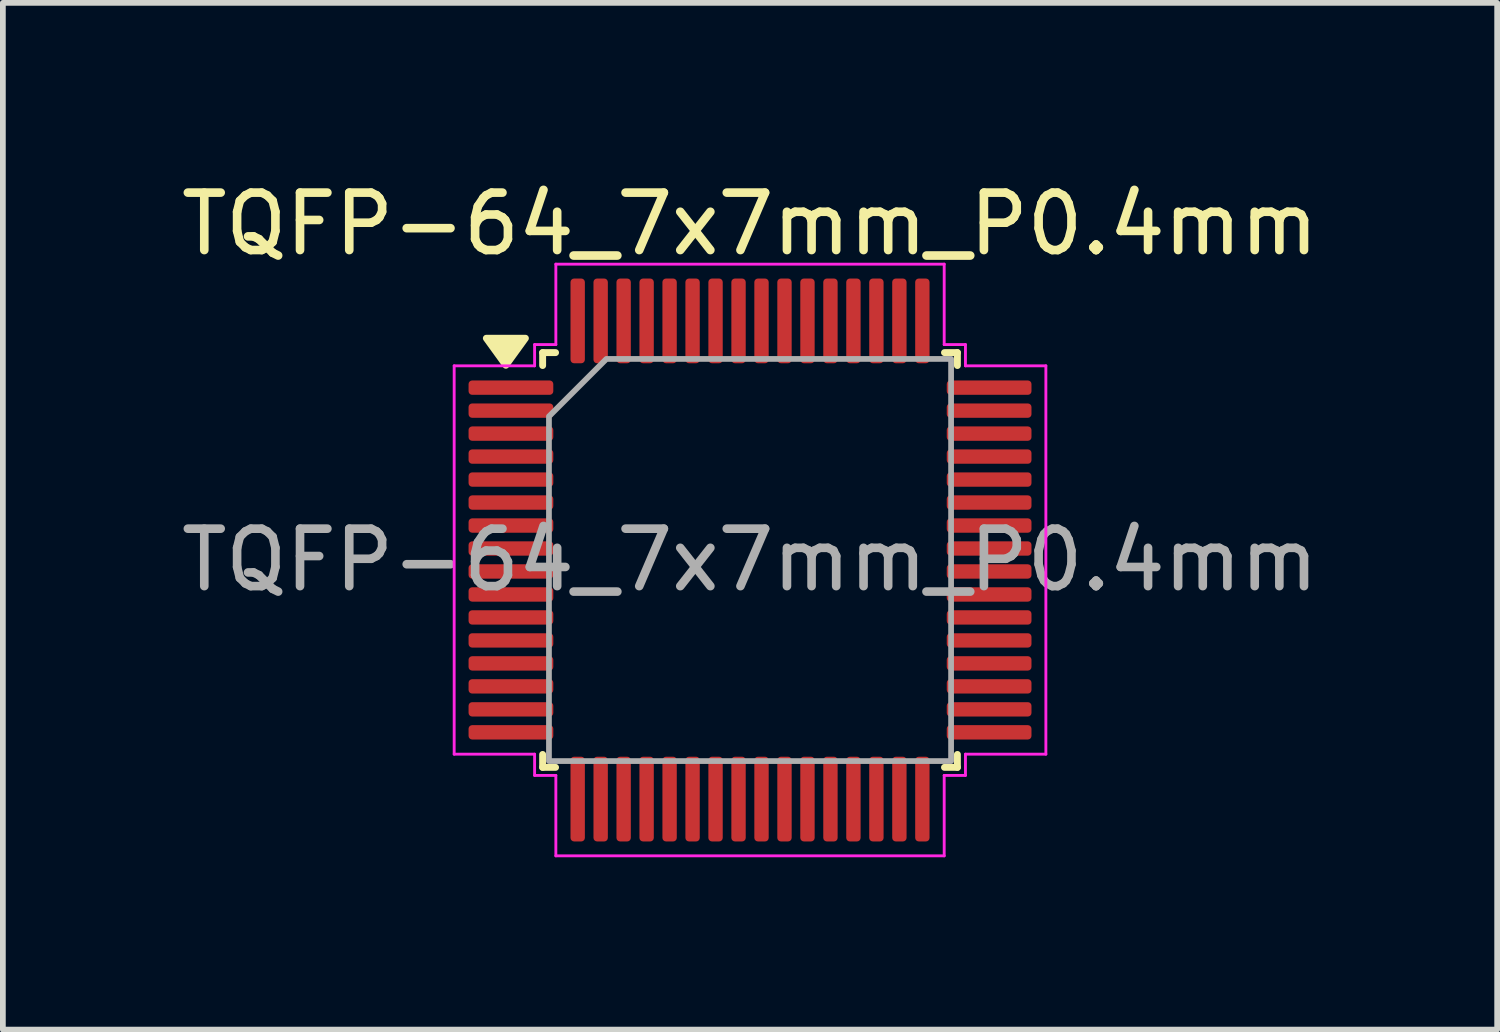
<source format=kicad_pcb>
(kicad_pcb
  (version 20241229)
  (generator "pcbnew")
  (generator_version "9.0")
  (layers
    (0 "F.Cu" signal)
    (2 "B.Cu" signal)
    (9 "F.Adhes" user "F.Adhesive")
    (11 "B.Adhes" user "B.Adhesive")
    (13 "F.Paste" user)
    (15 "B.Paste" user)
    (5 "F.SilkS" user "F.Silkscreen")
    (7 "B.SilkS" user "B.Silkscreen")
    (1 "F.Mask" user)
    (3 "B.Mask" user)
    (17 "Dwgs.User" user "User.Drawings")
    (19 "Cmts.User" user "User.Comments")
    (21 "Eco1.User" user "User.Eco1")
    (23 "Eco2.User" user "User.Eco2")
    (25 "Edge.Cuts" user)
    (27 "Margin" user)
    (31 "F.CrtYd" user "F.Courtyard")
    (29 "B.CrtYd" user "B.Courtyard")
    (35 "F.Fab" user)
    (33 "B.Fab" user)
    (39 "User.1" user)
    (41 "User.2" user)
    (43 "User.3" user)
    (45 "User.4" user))
  (footprint "TQFP-64_7x7mm_P0.4mm"
    (layer "F.Cu")
    (at 10.006 6.698)
    (property "Reference" "TQFP-64_7x7mm_P0.4mm" (at 0 -5.85 0) (layer "F.SilkS") (effects (font (size 1 1) (thickness 0.15))))
    (attr smd)
    (fp_line (start -3.61 -3.61) (end -3.385 -3.61) (stroke (width 0.12) (type solid)) (layer "F.SilkS"))
    (fp_line (start -3.61 -3.385) (end -3.61 -3.61) (stroke (width 0.12) (type solid)) (layer "F.SilkS"))
    (fp_line (start -3.61 3.61) (end -3.61 3.385) (stroke (width 0.12) (type solid)) (layer "F.SilkS"))
    (fp_line (start -3.385 3.61) (end -3.61 3.61) (stroke (width 0.12) (type solid)) (layer "F.SilkS"))
    (fp_line (start 3.385 -3.61) (end 3.61 -3.61) (stroke (width 0.12) (type solid)) (layer "F.SilkS"))
    (fp_line (start 3.61 -3.61) (end 3.61 -3.385) (stroke (width 0.12) (type solid)) (layer "F.SilkS"))
    (fp_line (start 3.61 3.385) (end 3.61 3.61) (stroke (width 0.12) (type solid)) (layer "F.SilkS"))
    (fp_line (start 3.61 3.61) (end 3.385 3.61) (stroke (width 0.12) (type solid)) (layer "F.SilkS"))
    (fp_poly (pts (xy -4.25 -3.39) (xy -4.59 -3.86) (xy -3.91 -3.86)) (stroke (width 0.12) (type solid)) (fill yes) (layer "F.SilkS"))
    (fp_line (start -5.15 -3.38) (end -3.75 -3.38) (stroke (width 0.05) (type solid)) (layer "F.CrtYd"))
    (fp_line (start -5.15 3.38) (end -5.15 -3.38) (stroke (width 0.05) (type solid)) (layer "F.CrtYd"))
    (fp_line (start -3.75 -3.75) (end -3.38 -3.75) (stroke (width 0.05) (type solid)) (layer "F.CrtYd"))
    (fp_line (start -3.75 -3.38) (end -3.75 -3.75) (stroke (width 0.05) (type solid)) (layer "F.CrtYd"))
    (fp_line (start -3.75 3.38) (end -5.15 3.38) (stroke (width 0.05) (type solid)) (layer "F.CrtYd"))
    (fp_line (start -3.75 3.75) (end -3.75 3.38) (stroke (width 0.05) (type solid)) (layer "F.CrtYd"))
    (fp_line (start -3.38 -5.15) (end 3.38 -5.15) (stroke (width 0.05) (type solid)) (layer "F.CrtYd"))
    (fp_line (start -3.38 -3.75) (end -3.38 -5.15) (stroke (width 0.05) (type solid)) (layer "F.CrtYd"))
    (fp_line (start -3.38 3.75) (end -3.75 3.75) (stroke (width 0.05) (type solid)) (layer "F.CrtYd"))
    (fp_line (start -3.38 5.15) (end -3.38 3.75) (stroke (width 0.05) (type solid)) (layer "F.CrtYd"))
    (fp_line (start 3.38 -5.15) (end 3.38 -3.75) (stroke (width 0.05) (type solid)) (layer "F.CrtYd"))
    (fp_line (start 3.38 -3.75) (end 3.75 -3.75) (stroke (width 0.05) (type solid)) (layer "F.CrtYd"))
    (fp_line (start 3.38 3.75) (end 3.38 5.15) (stroke (width 0.05) (type solid)) (layer "F.CrtYd"))
    (fp_line (start 3.38 5.15) (end -3.38 5.15) (stroke (width 0.05) (type solid)) (layer "F.CrtYd"))
    (fp_line (start 3.75 -3.75) (end 3.75 -3.38) (stroke (width 0.05) (type solid)) (layer "F.CrtYd"))
    (fp_line (start 3.75 -3.38) (end 5.15 -3.38) (stroke (width 0.05) (type solid)) (layer "F.CrtYd"))
    (fp_line (start 3.75 3.38) (end 3.75 3.75) (stroke (width 0.05) (type solid)) (layer "F.CrtYd"))
    (fp_line (start 3.75 3.75) (end 3.38 3.75) (stroke (width 0.05) (type solid)) (layer "F.CrtYd"))
    (fp_line (start 5.15 -3.38) (end 5.15 3.38) (stroke (width 0.05) (type solid)) (layer "F.CrtYd"))
    (fp_line (start 5.15 3.38) (end 3.75 3.38) (stroke (width 0.05) (type solid)) (layer "F.CrtYd"))
    (fp_poly (pts (xy -3.5 -2.5) (xy -3.5 3.5) (xy 3.5 3.5) (xy 3.5 -3.5) (xy -2.5 -3.5)) (stroke (width 0.1) (type solid)) (fill no) (layer "F.Fab"))
    (fp_text user "${REFERENCE}" (at 0 0 0) (layer "F.Fab") (effects (font (size 1 1) (thickness 0.15))))
    (pad "1" smd roundrect (at -4.162 -3) (size 1.475 0.25) (layers "F.Cu" "F.Mask" "F.Paste") (roundrect_rratio 0.25))
    (pad "2" smd roundrect (at -4.162 -2.6) (size 1.475 0.25) (layers "F.Cu" "F.Mask" "F.Paste") (roundrect_rratio 0.25))
    (pad "3" smd roundrect (at -4.162 -2.2) (size 1.475 0.25) (layers "F.Cu" "F.Mask" "F.Paste") (roundrect_rratio 0.25))
    (pad "4" smd roundrect (at -4.162 -1.8) (size 1.475 0.25) (layers "F.Cu" "F.Mask" "F.Paste") (roundrect_rratio 0.25))
    (pad "5" smd roundrect (at -4.162 -1.4) (size 1.475 0.25) (layers "F.Cu" "F.Mask" "F.Paste") (roundrect_rratio 0.25))
    (pad "6" smd roundrect (at -4.162 -1) (size 1.475 0.25) (layers "F.Cu" "F.Mask" "F.Paste") (roundrect_rratio 0.25))
    (pad "7" smd roundrect (at -4.162 -0.6) (size 1.475 0.25) (layers "F.Cu" "F.Mask" "F.Paste") (roundrect_rratio 0.25))
    (pad "8" smd roundrect (at -4.162 -0.2) (size 1.475 0.25) (layers "F.Cu" "F.Mask" "F.Paste") (roundrect_rratio 0.25))
    (pad "9" smd roundrect (at -4.162 0.2) (size 1.475 0.25) (layers "F.Cu" "F.Mask" "F.Paste") (roundrect_rratio 0.25))
    (pad "10" smd roundrect (at -4.162 0.6) (size 1.475 0.25) (layers "F.Cu" "F.Mask" "F.Paste") (roundrect_rratio 0.25))
    (pad "11" smd roundrect (at -4.162 1) (size 1.475 0.25) (layers "F.Cu" "F.Mask" "F.Paste") (roundrect_rratio 0.25))
    (pad "12" smd roundrect (at -4.162 1.4) (size 1.475 0.25) (layers "F.Cu" "F.Mask" "F.Paste") (roundrect_rratio 0.25))
    (pad "13" smd roundrect (at -4.162 1.8) (size 1.475 0.25) (layers "F.Cu" "F.Mask" "F.Paste") (roundrect_rratio 0.25))
    (pad "14" smd roundrect (at -4.162 2.2) (size 1.475 0.25) (layers "F.Cu" "F.Mask" "F.Paste") (roundrect_rratio 0.25))
    (pad "15" smd roundrect (at -4.162 2.6) (size 1.475 0.25) (layers "F.Cu" "F.Mask" "F.Paste") (roundrect_rratio 0.25))
    (pad "16" smd roundrect (at -4.162 3) (size 1.475 0.25) (layers "F.Cu" "F.Mask" "F.Paste") (roundrect_rratio 0.25))
    (pad "17" smd roundrect (at -3 4.162) (size 0.25 1.475) (layers "F.Cu" "F.Mask" "F.Paste") (roundrect_rratio 0.25))
    (pad "18" smd roundrect (at -2.6 4.162) (size 0.25 1.475) (layers "F.Cu" "F.Mask" "F.Paste") (roundrect_rratio 0.25))
    (pad "19" smd roundrect (at -2.2 4.162) (size 0.25 1.475) (layers "F.Cu" "F.Mask" "F.Paste") (roundrect_rratio 0.25))
    (pad "20" smd roundrect (at -1.8 4.162) (size 0.25 1.475) (layers "F.Cu" "F.Mask" "F.Paste") (roundrect_rratio 0.25))
    (pad "21" smd roundrect (at -1.4 4.162) (size 0.25 1.475) (layers "F.Cu" "F.Mask" "F.Paste") (roundrect_rratio 0.25))
    (pad "22" smd roundrect (at -1 4.162) (size 0.25 1.475) (layers "F.Cu" "F.Mask" "F.Paste") (roundrect_rratio 0.25))
    (pad "23" smd roundrect (at -0.6 4.162) (size 0.25 1.475) (layers "F.Cu" "F.Mask" "F.Paste") (roundrect_rratio 0.25))
    (pad "24" smd roundrect (at -0.2 4.162) (size 0.25 1.475) (layers "F.Cu" "F.Mask" "F.Paste") (roundrect_rratio 0.25))
    (pad "25" smd roundrect (at 0.2 4.162) (size 0.25 1.475) (layers "F.Cu" "F.Mask" "F.Paste") (roundrect_rratio 0.25))
    (pad "26" smd roundrect (at 0.6 4.162) (size 0.25 1.475) (layers "F.Cu" "F.Mask" "F.Paste") (roundrect_rratio 0.25))
    (pad "27" smd roundrect (at 1 4.162) (size 0.25 1.475) (layers "F.Cu" "F.Mask" "F.Paste") (roundrect_rratio 0.25))
    (pad "28" smd roundrect (at 1.4 4.162) (size 0.25 1.475) (layers "F.Cu" "F.Mask" "F.Paste") (roundrect_rratio 0.25))
    (pad "29" smd roundrect (at 1.8 4.162) (size 0.25 1.475) (layers "F.Cu" "F.Mask" "F.Paste") (roundrect_rratio 0.25))
    (pad "30" smd roundrect (at 2.2 4.162) (size 0.25 1.475) (layers "F.Cu" "F.Mask" "F.Paste") (roundrect_rratio 0.25))
    (pad "31" smd roundrect (at 2.6 4.162) (size 0.25 1.475) (layers "F.Cu" "F.Mask" "F.Paste") (roundrect_rratio 0.25))
    (pad "32" smd roundrect (at 3 4.162) (size 0.25 1.475) (layers "F.Cu" "F.Mask" "F.Paste") (roundrect_rratio 0.25))
    (pad "33" smd roundrect (at 4.162 3) (size 1.475 0.25) (layers "F.Cu" "F.Mask" "F.Paste") (roundrect_rratio 0.25))
    (pad "34" smd roundrect (at 4.162 2.6) (size 1.475 0.25) (layers "F.Cu" "F.Mask" "F.Paste") (roundrect_rratio 0.25))
    (pad "35" smd roundrect (at 4.162 2.2) (size 1.475 0.25) (layers "F.Cu" "F.Mask" "F.Paste") (roundrect_rratio 0.25))
    (pad "36" smd roundrect (at 4.162 1.8) (size 1.475 0.25) (layers "F.Cu" "F.Mask" "F.Paste") (roundrect_rratio 0.25))
    (pad "37" smd roundrect (at 4.162 1.4) (size 1.475 0.25) (layers "F.Cu" "F.Mask" "F.Paste") (roundrect_rratio 0.25))
    (pad "38" smd roundrect (at 4.162 1) (size 1.475 0.25) (layers "F.Cu" "F.Mask" "F.Paste") (roundrect_rratio 0.25))
    (pad "39" smd roundrect (at 4.162 0.6) (size 1.475 0.25) (layers "F.Cu" "F.Mask" "F.Paste") (roundrect_rratio 0.25))
    (pad "40" smd roundrect (at 4.162 0.2) (size 1.475 0.25) (layers "F.Cu" "F.Mask" "F.Paste") (roundrect_rratio 0.25))
    (pad "41" smd roundrect (at 4.162 -0.2) (size 1.475 0.25) (layers "F.Cu" "F.Mask" "F.Paste") (roundrect_rratio 0.25))
    (pad "42" smd roundrect (at 4.162 -0.6) (size 1.475 0.25) (layers "F.Cu" "F.Mask" "F.Paste") (roundrect_rratio 0.25))
    (pad "43" smd roundrect (at 4.162 -1) (size 1.475 0.25) (layers "F.Cu" "F.Mask" "F.Paste") (roundrect_rratio 0.25))
    (pad "44" smd roundrect (at 4.162 -1.4) (size 1.475 0.25) (layers "F.Cu" "F.Mask" "F.Paste") (roundrect_rratio 0.25))
    (pad "45" smd roundrect (at 4.162 -1.8) (size 1.475 0.25) (layers "F.Cu" "F.Mask" "F.Paste") (roundrect_rratio 0.25))
    (pad "46" smd roundrect (at 4.162 -2.2) (size 1.475 0.25) (layers "F.Cu" "F.Mask" "F.Paste") (roundrect_rratio 0.25))
    (pad "47" smd roundrect (at 4.162 -2.6) (size 1.475 0.25) (layers "F.Cu" "F.Mask" "F.Paste") (roundrect_rratio 0.25))
    (pad "48" smd roundrect (at 4.162 -3) (size 1.475 0.25) (layers "F.Cu" "F.Mask" "F.Paste") (roundrect_rratio 0.25))
    (pad "49" smd roundrect (at 3 -4.162) (size 0.25 1.475) (layers "F.Cu" "F.Mask" "F.Paste") (roundrect_rratio 0.25))
    (pad "50" smd roundrect (at 2.6 -4.162) (size 0.25 1.475) (layers "F.Cu" "F.Mask" "F.Paste") (roundrect_rratio 0.25))
    (pad "51" smd roundrect (at 2.2 -4.162) (size 0.25 1.475) (layers "F.Cu" "F.Mask" "F.Paste") (roundrect_rratio 0.25))
    (pad "52" smd roundrect (at 1.8 -4.162) (size 0.25 1.475) (layers "F.Cu" "F.Mask" "F.Paste") (roundrect_rratio 0.25))
    (pad "53" smd roundrect (at 1.4 -4.162) (size 0.25 1.475) (layers "F.Cu" "F.Mask" "F.Paste") (roundrect_rratio 0.25))
    (pad "54" smd roundrect (at 1 -4.162) (size 0.25 1.475) (layers "F.Cu" "F.Mask" "F.Paste") (roundrect_rratio 0.25))
    (pad "55" smd roundrect (at 0.6 -4.162) (size 0.25 1.475) (layers "F.Cu" "F.Mask" "F.Paste") (roundrect_rratio 0.25))
    (pad "56" smd roundrect (at 0.2 -4.162) (size 0.25 1.475) (layers "F.Cu" "F.Mask" "F.Paste") (roundrect_rratio 0.25))
    (pad "57" smd roundrect (at -0.2 -4.162) (size 0.25 1.475) (layers "F.Cu" "F.Mask" "F.Paste") (roundrect_rratio 0.25))
    (pad "58" smd roundrect (at -0.6 -4.162) (size 0.25 1.475) (layers "F.Cu" "F.Mask" "F.Paste") (roundrect_rratio 0.25))
    (pad "59" smd roundrect (at -1 -4.162) (size 0.25 1.475) (layers "F.Cu" "F.Mask" "F.Paste") (roundrect_rratio 0.25))
    (pad "60" smd roundrect (at -1.4 -4.162) (size 0.25 1.475) (layers "F.Cu" "F.Mask" "F.Paste") (roundrect_rratio 0.25))
    (pad "61" smd roundrect (at -1.8 -4.162) (size 0.25 1.475) (layers "F.Cu" "F.Mask" "F.Paste") (roundrect_rratio 0.25))
    (pad "62" smd roundrect (at -2.2 -4.162) (size 0.25 1.475) (layers "F.Cu" "F.Mask" "F.Paste") (roundrect_rratio 0.25))
    (pad "63" smd roundrect (at -2.6 -4.162) (size 0.25 1.475) (layers "F.Cu" "F.Mask" "F.Paste") (roundrect_rratio 0.25))
    (pad "64" smd roundrect (at -3 -4.162) (size 0.25 1.475) (layers "F.Cu" "F.Mask" "F.Paste") (roundrect_rratio 0.25)))
  (gr_rect
    (start -3 -3)
    (end 23.012 14.873)
    (stroke (width 0.1) (type default))
    (fill no)
    (layer "Edge.Cuts")))
</source>
